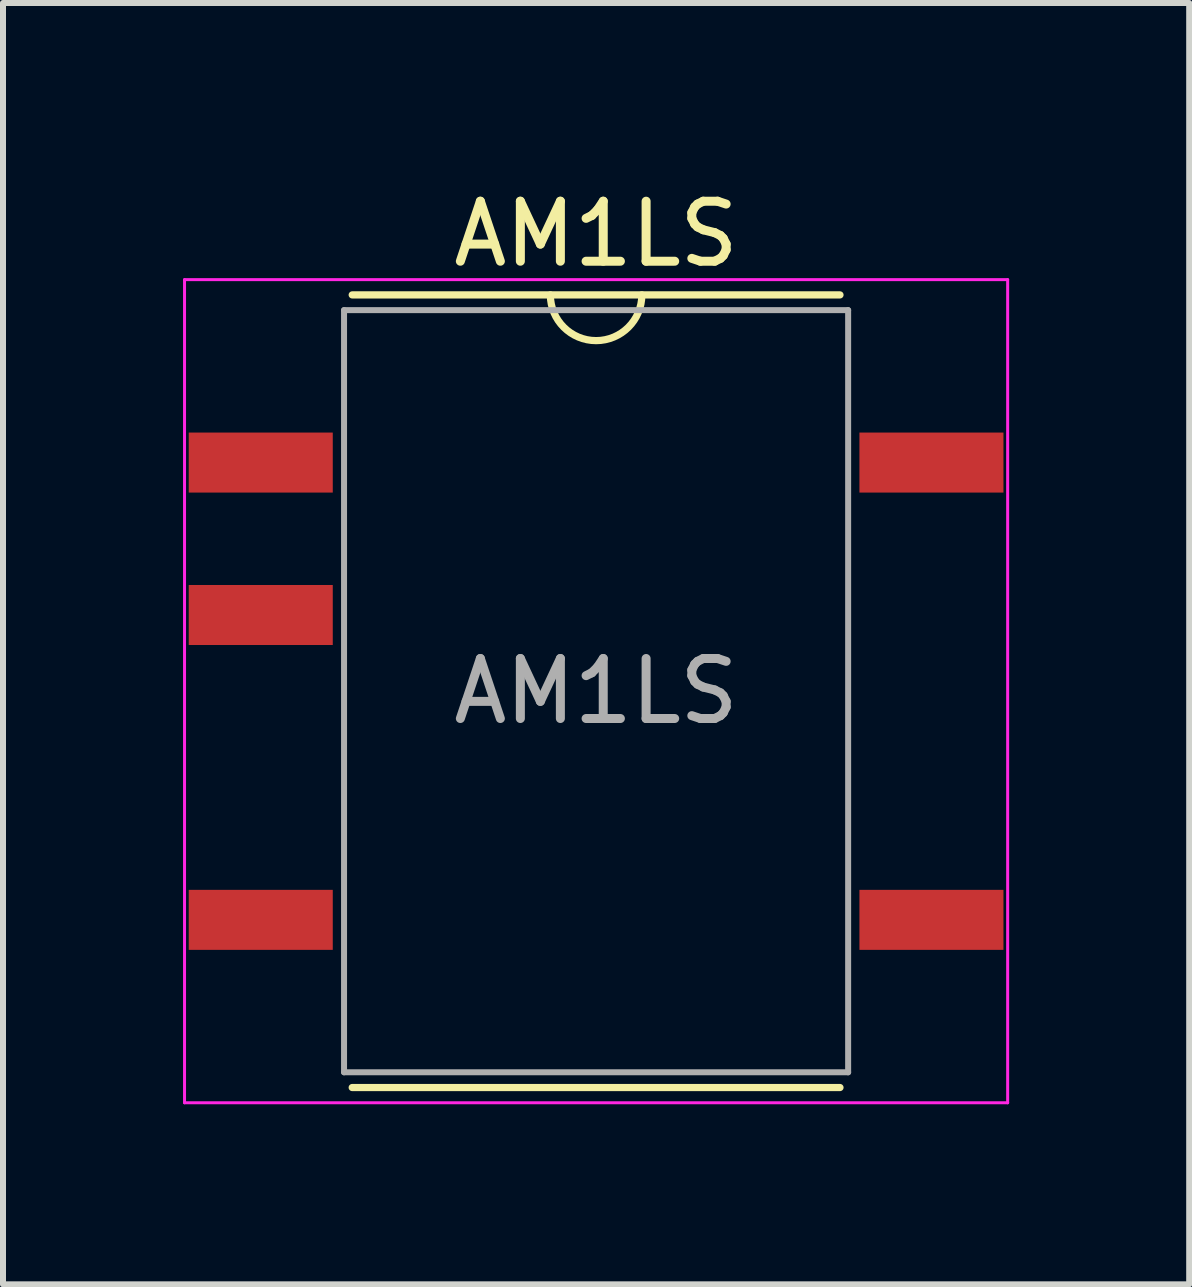
<source format=kicad_pcb>
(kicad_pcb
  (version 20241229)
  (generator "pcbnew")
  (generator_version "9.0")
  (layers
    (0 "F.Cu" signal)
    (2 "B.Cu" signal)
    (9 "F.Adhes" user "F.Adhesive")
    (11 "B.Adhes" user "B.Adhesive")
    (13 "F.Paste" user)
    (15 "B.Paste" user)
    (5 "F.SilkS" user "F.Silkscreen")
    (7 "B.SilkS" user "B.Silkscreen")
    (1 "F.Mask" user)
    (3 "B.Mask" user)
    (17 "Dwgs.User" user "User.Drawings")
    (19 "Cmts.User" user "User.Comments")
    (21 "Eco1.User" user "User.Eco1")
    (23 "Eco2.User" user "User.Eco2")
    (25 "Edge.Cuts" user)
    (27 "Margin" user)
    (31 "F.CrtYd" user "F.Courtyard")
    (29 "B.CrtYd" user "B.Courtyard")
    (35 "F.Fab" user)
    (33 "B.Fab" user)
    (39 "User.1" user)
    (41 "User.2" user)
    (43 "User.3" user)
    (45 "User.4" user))
  (footprint "AM1LS"
    (layer "F.Cu")
    (at 6.883 8.468)
    (property "Reference" "AM1LS" (at 0 -7.62 0) (layer "F.SilkS") (effects (font (size 1 1) (thickness 0.15))))
    (attr smd)
    (fp_line (start -4.064 -6.604) (end 4.064 -6.604) (stroke (width 0.12) (type solid)) (layer "F.SilkS"))
    (fp_line (start -4.064 6.604) (end 4.064 6.604) (stroke (width 0.12) (type solid)) (layer "F.SilkS"))
    (fp_arc (start 0.762 -6.604) (mid 0 -5.842) (end -0.762 -6.604) (stroke (width 0.12) (type solid)) (layer "F.SilkS"))
    (fp_line (start -6.858 -6.858) (end -6.858 6.858) (stroke (width 0.05) (type solid)) (layer "F.CrtYd"))
    (fp_line (start -6.858 -6.858) (end 6.858 -6.858) (stroke (width 0.05) (type solid)) (layer "F.CrtYd"))
    (fp_line (start -6.858 6.858) (end 6.858 6.858) (stroke (width 0.05) (type solid)) (layer "F.CrtYd"))
    (fp_line (start 6.858 -6.858) (end 6.858 6.858) (stroke (width 0.05) (type solid)) (layer "F.CrtYd"))
    (fp_line (start -4.2 -6.35) (end -4.2 6.35) (stroke (width 0.1) (type solid)) (layer "F.Fab"))
    (fp_line (start 4.2 -6.35) (end -4.2 -6.35) (stroke (width 0.1) (type solid)) (layer "F.Fab"))
    (fp_line (start 4.2 -6.35) (end 4.2 6.35) (stroke (width 0.1) (type solid)) (layer "F.Fab"))
    (fp_line (start 4.2 6.35) (end -4.2 6.35) (stroke (width 0.1) (type solid)) (layer "F.Fab"))
    (fp_text user "${REFERENCE}" (at 0 0 180) (layer "F.Fab") (effects (font (size 1 1) (thickness 0.15))))
    (pad "1" smd rect (at -5.588 -3.81) (size 2.4 1) (layers "F.Cu" "F.Mask" "F.Paste"))
    (pad "2" smd rect (at -5.588 -1.27) (size 2.4 1) (layers "F.Cu" "F.Mask" "F.Paste"))
    (pad "4" smd rect (at -5.588 3.81) (size 2.4 1) (layers "F.Cu" "F.Mask" "F.Paste"))
    (pad "5" smd rect (at 5.588 3.81) (size 2.4 1) (layers "F.Cu" "F.Mask" "F.Paste"))
    (pad "8" smd rect (at 5.588 -3.81) (size 2.4 1) (layers "F.Cu" "F.Mask" "F.Paste")))
  (gr_rect
    (start -3 -3)
    (end 16.766 18.351)
    (stroke (width 0.1) (type default))
    (fill no)
    (layer "Edge.Cuts")))
</source>
